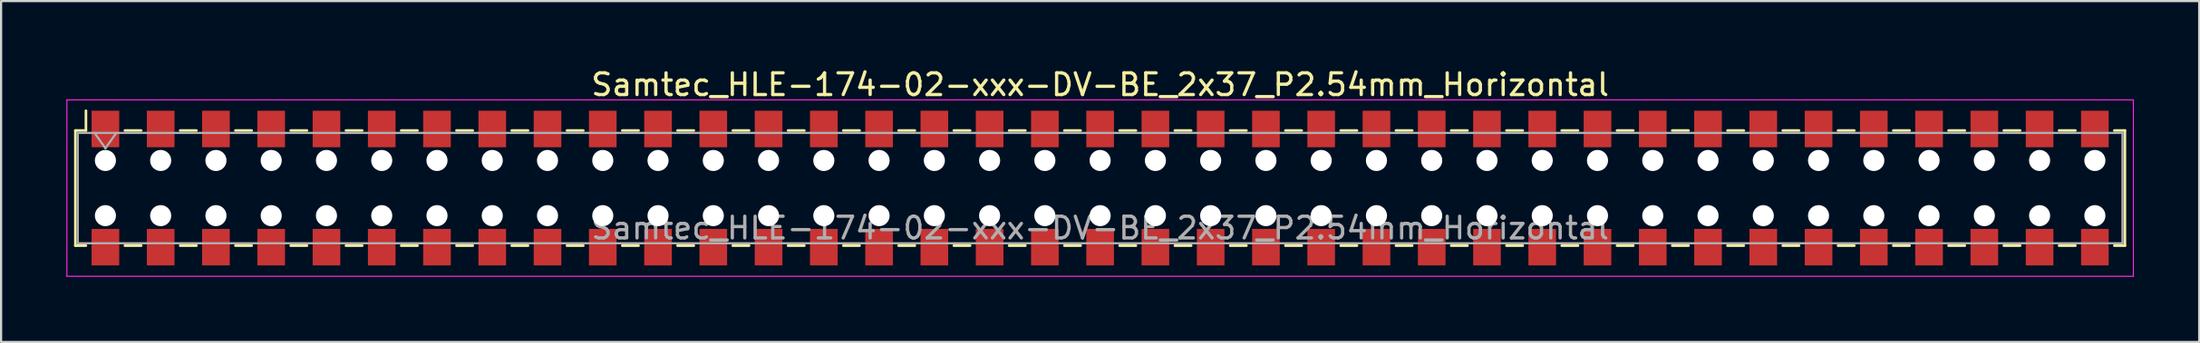
<source format=kicad_pcb>
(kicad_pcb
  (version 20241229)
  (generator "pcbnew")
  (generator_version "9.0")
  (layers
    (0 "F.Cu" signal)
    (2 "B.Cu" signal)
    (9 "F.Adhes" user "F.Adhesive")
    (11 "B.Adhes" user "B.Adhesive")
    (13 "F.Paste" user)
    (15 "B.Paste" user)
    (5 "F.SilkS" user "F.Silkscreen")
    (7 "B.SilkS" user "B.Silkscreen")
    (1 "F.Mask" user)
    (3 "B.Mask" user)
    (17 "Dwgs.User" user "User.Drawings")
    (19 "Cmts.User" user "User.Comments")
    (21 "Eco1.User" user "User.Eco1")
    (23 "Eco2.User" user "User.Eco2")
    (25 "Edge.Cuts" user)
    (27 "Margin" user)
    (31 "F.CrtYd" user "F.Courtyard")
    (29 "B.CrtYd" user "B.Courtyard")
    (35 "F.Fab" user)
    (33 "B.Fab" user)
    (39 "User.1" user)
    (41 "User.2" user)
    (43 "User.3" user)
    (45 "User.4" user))
  (footprint "Samtec_HLE-174-02-xxx-DV-BE_2x37_P2.54mm_Horizontal"
    (layer "F.Cu")
    (at 47.515 5.608)
    (property "Reference" "Samtec_HLE-174-02-xxx-DV-BE_2x37_P2.54mm_Horizontal" (at 0 -4.76 0) (layer "F.SilkS") (effects (font (size 1 1) (thickness 0.15))))
    (attr smd)
    (fp_line (start -47.1 -2.65) (end -47.1 2.65) (stroke (width 0.12) (type solid)) (layer "F.SilkS"))
    (fp_line (start -47.1 2.65) (end -46.615 2.65) (stroke (width 0.12) (type solid)) (layer "F.SilkS"))
    (fp_line (start -46.615 -3.56) (end -46.615 -2.65) (stroke (width 0.12) (type solid)) (layer "F.SilkS"))
    (fp_line (start -46.615 -2.65) (end -47.1 -2.65) (stroke (width 0.12) (type solid)) (layer "F.SilkS"))
    (fp_line (start -44.825 -2.65) (end -44.075 -2.65) (stroke (width 0.12) (type solid)) (layer "F.SilkS"))
    (fp_line (start -44.825 2.65) (end -44.075 2.65) (stroke (width 0.12) (type solid)) (layer "F.SilkS"))
    (fp_line (start -42.285 -2.65) (end -41.535 -2.65) (stroke (width 0.12) (type solid)) (layer "F.SilkS"))
    (fp_line (start -42.285 2.65) (end -41.535 2.65) (stroke (width 0.12) (type solid)) (layer "F.SilkS"))
    (fp_line (start -39.745 -2.65) (end -38.995 -2.65) (stroke (width 0.12) (type solid)) (layer "F.SilkS"))
    (fp_line (start -39.745 2.65) (end -38.995 2.65) (stroke (width 0.12) (type solid)) (layer "F.SilkS"))
    (fp_line (start -37.205 -2.65) (end -36.455 -2.65) (stroke (width 0.12) (type solid)) (layer "F.SilkS"))
    (fp_line (start -37.205 2.65) (end -36.455 2.65) (stroke (width 0.12) (type solid)) (layer "F.SilkS"))
    (fp_line (start -34.665 -2.65) (end -33.915 -2.65) (stroke (width 0.12) (type solid)) (layer "F.SilkS"))
    (fp_line (start -34.665 2.65) (end -33.915 2.65) (stroke (width 0.12) (type solid)) (layer "F.SilkS"))
    (fp_line (start -32.125 -2.65) (end -31.375 -2.65) (stroke (width 0.12) (type solid)) (layer "F.SilkS"))
    (fp_line (start -32.125 2.65) (end -31.375 2.65) (stroke (width 0.12) (type solid)) (layer "F.SilkS"))
    (fp_line (start -29.585 -2.65) (end -28.835 -2.65) (stroke (width 0.12) (type solid)) (layer "F.SilkS"))
    (fp_line (start -29.585 2.65) (end -28.835 2.65) (stroke (width 0.12) (type solid)) (layer "F.SilkS"))
    (fp_line (start -27.045 -2.65) (end -26.295 -2.65) (stroke (width 0.12) (type solid)) (layer "F.SilkS"))
    (fp_line (start -27.045 2.65) (end -26.295 2.65) (stroke (width 0.12) (type solid)) (layer "F.SilkS"))
    (fp_line (start -24.505 -2.65) (end -23.755 -2.65) (stroke (width 0.12) (type solid)) (layer "F.SilkS"))
    (fp_line (start -24.505 2.65) (end -23.755 2.65) (stroke (width 0.12) (type solid)) (layer "F.SilkS"))
    (fp_line (start -21.965 -2.65) (end -21.215 -2.65) (stroke (width 0.12) (type solid)) (layer "F.SilkS"))
    (fp_line (start -21.965 2.65) (end -21.215 2.65) (stroke (width 0.12) (type solid)) (layer "F.SilkS"))
    (fp_line (start -19.425 -2.65) (end -18.675 -2.65) (stroke (width 0.12) (type solid)) (layer "F.SilkS"))
    (fp_line (start -19.425 2.65) (end -18.675 2.65) (stroke (width 0.12) (type solid)) (layer "F.SilkS"))
    (fp_line (start -16.885 -2.65) (end -16.135 -2.65) (stroke (width 0.12) (type solid)) (layer "F.SilkS"))
    (fp_line (start -16.885 2.65) (end -16.135 2.65) (stroke (width 0.12) (type solid)) (layer "F.SilkS"))
    (fp_line (start -14.345 -2.65) (end -13.595 -2.65) (stroke (width 0.12) (type solid)) (layer "F.SilkS"))
    (fp_line (start -14.345 2.65) (end -13.595 2.65) (stroke (width 0.12) (type solid)) (layer "F.SilkS"))
    (fp_line (start -11.805 -2.65) (end -11.055 -2.65) (stroke (width 0.12) (type solid)) (layer "F.SilkS"))
    (fp_line (start -11.805 2.65) (end -11.055 2.65) (stroke (width 0.12) (type solid)) (layer "F.SilkS"))
    (fp_line (start -9.265 -2.65) (end -8.515 -2.65) (stroke (width 0.12) (type solid)) (layer "F.SilkS"))
    (fp_line (start -9.265 2.65) (end -8.515 2.65) (stroke (width 0.12) (type solid)) (layer "F.SilkS"))
    (fp_line (start -6.725 -2.65) (end -5.975 -2.65) (stroke (width 0.12) (type solid)) (layer "F.SilkS"))
    (fp_line (start -6.725 2.65) (end -5.975 2.65) (stroke (width 0.12) (type solid)) (layer "F.SilkS"))
    (fp_line (start -4.185 -2.65) (end -3.435 -2.65) (stroke (width 0.12) (type solid)) (layer "F.SilkS"))
    (fp_line (start -4.185 2.65) (end -3.435 2.65) (stroke (width 0.12) (type solid)) (layer "F.SilkS"))
    (fp_line (start -1.645 -2.65) (end -0.895 -2.65) (stroke (width 0.12) (type solid)) (layer "F.SilkS"))
    (fp_line (start -1.645 2.65) (end -0.895 2.65) (stroke (width 0.12) (type solid)) (layer "F.SilkS"))
    (fp_line (start 0.895 -2.65) (end 1.645 -2.65) (stroke (width 0.12) (type solid)) (layer "F.SilkS"))
    (fp_line (start 0.895 2.65) (end 1.645 2.65) (stroke (width 0.12) (type solid)) (layer "F.SilkS"))
    (fp_line (start 3.435 -2.65) (end 4.185 -2.65) (stroke (width 0.12) (type solid)) (layer "F.SilkS"))
    (fp_line (start 3.435 2.65) (end 4.185 2.65) (stroke (width 0.12) (type solid)) (layer "F.SilkS"))
    (fp_line (start 5.975 -2.65) (end 6.725 -2.65) (stroke (width 0.12) (type solid)) (layer "F.SilkS"))
    (fp_line (start 5.975 2.65) (end 6.725 2.65) (stroke (width 0.12) (type solid)) (layer "F.SilkS"))
    (fp_line (start 8.515 -2.65) (end 9.265 -2.65) (stroke (width 0.12) (type solid)) (layer "F.SilkS"))
    (fp_line (start 8.515 2.65) (end 9.265 2.65) (stroke (width 0.12) (type solid)) (layer "F.SilkS"))
    (fp_line (start 11.055 -2.65) (end 11.805 -2.65) (stroke (width 0.12) (type solid)) (layer "F.SilkS"))
    (fp_line (start 11.055 2.65) (end 11.805 2.65) (stroke (width 0.12) (type solid)) (layer "F.SilkS"))
    (fp_line (start 13.595 -2.65) (end 14.345 -2.65) (stroke (width 0.12) (type solid)) (layer "F.SilkS"))
    (fp_line (start 13.595 2.65) (end 14.345 2.65) (stroke (width 0.12) (type solid)) (layer "F.SilkS"))
    (fp_line (start 16.135 -2.65) (end 16.885 -2.65) (stroke (width 0.12) (type solid)) (layer "F.SilkS"))
    (fp_line (start 16.135 2.65) (end 16.885 2.65) (stroke (width 0.12) (type solid)) (layer "F.SilkS"))
    (fp_line (start 18.675 -2.65) (end 19.425 -2.65) (stroke (width 0.12) (type solid)) (layer "F.SilkS"))
    (fp_line (start 18.675 2.65) (end 19.425 2.65) (stroke (width 0.12) (type solid)) (layer "F.SilkS"))
    (fp_line (start 21.215 -2.65) (end 21.965 -2.65) (stroke (width 0.12) (type solid)) (layer "F.SilkS"))
    (fp_line (start 21.215 2.65) (end 21.965 2.65) (stroke (width 0.12) (type solid)) (layer "F.SilkS"))
    (fp_line (start 23.755 -2.65) (end 24.505 -2.65) (stroke (width 0.12) (type solid)) (layer "F.SilkS"))
    (fp_line (start 23.755 2.65) (end 24.505 2.65) (stroke (width 0.12) (type solid)) (layer "F.SilkS"))
    (fp_line (start 26.295 -2.65) (end 27.045 -2.65) (stroke (width 0.12) (type solid)) (layer "F.SilkS"))
    (fp_line (start 26.295 2.65) (end 27.045 2.65) (stroke (width 0.12) (type solid)) (layer "F.SilkS"))
    (fp_line (start 28.835 -2.65) (end 29.585 -2.65) (stroke (width 0.12) (type solid)) (layer "F.SilkS"))
    (fp_line (start 28.835 2.65) (end 29.585 2.65) (stroke (width 0.12) (type solid)) (layer "F.SilkS"))
    (fp_line (start 31.375 -2.65) (end 32.125 -2.65) (stroke (width 0.12) (type solid)) (layer "F.SilkS"))
    (fp_line (start 31.375 2.65) (end 32.125 2.65) (stroke (width 0.12) (type solid)) (layer "F.SilkS"))
    (fp_line (start 33.915 -2.65) (end 34.665 -2.65) (stroke (width 0.12) (type solid)) (layer "F.SilkS"))
    (fp_line (start 33.915 2.65) (end 34.665 2.65) (stroke (width 0.12) (type solid)) (layer "F.SilkS"))
    (fp_line (start 36.455 -2.65) (end 37.205 -2.65) (stroke (width 0.12) (type solid)) (layer "F.SilkS"))
    (fp_line (start 36.455 2.65) (end 37.205 2.65) (stroke (width 0.12) (type solid)) (layer "F.SilkS"))
    (fp_line (start 38.995 -2.65) (end 39.745 -2.65) (stroke (width 0.12) (type solid)) (layer "F.SilkS"))
    (fp_line (start 38.995 2.65) (end 39.745 2.65) (stroke (width 0.12) (type solid)) (layer "F.SilkS"))
    (fp_line (start 41.535 -2.65) (end 42.285 -2.65) (stroke (width 0.12) (type solid)) (layer "F.SilkS"))
    (fp_line (start 41.535 2.65) (end 42.285 2.65) (stroke (width 0.12) (type solid)) (layer "F.SilkS"))
    (fp_line (start 44.075 -2.65) (end 44.825 -2.65) (stroke (width 0.12) (type solid)) (layer "F.SilkS"))
    (fp_line (start 44.075 2.65) (end 44.825 2.65) (stroke (width 0.12) (type solid)) (layer "F.SilkS"))
    (fp_line (start 46.615 -2.65) (end 47.1 -2.65) (stroke (width 0.12) (type solid)) (layer "F.SilkS"))
    (fp_line (start 47.1 -2.65) (end 47.1 2.65) (stroke (width 0.12) (type solid)) (layer "F.SilkS"))
    (fp_line (start 47.1 2.65) (end 46.615 2.65) (stroke (width 0.12) (type solid)) (layer "F.SilkS"))
    (fp_line (start -47.49 -4.06) (end 47.49 -4.06) (stroke (width 0.05) (type solid)) (layer "F.CrtYd"))
    (fp_line (start -47.49 4.06) (end -47.49 -4.06) (stroke (width 0.05) (type solid)) (layer "F.CrtYd"))
    (fp_line (start 47.49 -4.06) (end 47.49 4.06) (stroke (width 0.05) (type solid)) (layer "F.CrtYd"))
    (fp_line (start 47.49 4.06) (end -47.49 4.06) (stroke (width 0.05) (type solid)) (layer "F.CrtYd"))
    (fp_line (start -46.99 -2.54) (end 46.99 -2.54) (stroke (width 0.1) (type solid)) (layer "F.Fab"))
    (fp_line (start -46.99 2.54) (end -46.99 -2.54) (stroke (width 0.1) (type solid)) (layer "F.Fab"))
    (fp_line (start -46.22 -2.54) (end -45.72 -1.833) (stroke (width 0.1) (type solid)) (layer "F.Fab"))
    (fp_line (start -45.72 -1.833) (end -45.22 -2.54) (stroke (width 0.1) (type solid)) (layer "F.Fab"))
    (fp_line (start 46.99 -2.54) (end 46.99 2.54) (stroke (width 0.1) (type solid)) (layer "F.Fab"))
    (fp_line (start 46.99 2.54) (end -46.99 2.54) (stroke (width 0.1) (type solid)) (layer "F.Fab"))
    (fp_text user "${REFERENCE}" (at 0 1.84 0) (layer "F.Fab") (effects (font (size 1 1) (thickness 0.15))))
    (pad "" np_thru_hole circle (at -45.72 -1.27) (size 0.97 0.97) (drill 0.97) (layers "*.Cu" "*.Mask"))
    (pad "" np_thru_hole circle (at -45.72 1.27) (size 0.97 0.97) (drill 0.97) (layers "*.Cu" "*.Mask"))
    (pad "" np_thru_hole circle (at -43.18 -1.27) (size 0.97 0.97) (drill 0.97) (layers "*.Cu" "*.Mask"))
    (pad "" np_thru_hole circle (at -43.18 1.27) (size 0.97 0.97) (drill 0.97) (layers "*.Cu" "*.Mask"))
    (pad "" np_thru_hole circle (at -40.64 -1.27) (size 0.97 0.97) (drill 0.97) (layers "*.Cu" "*.Mask"))
    (pad "" np_thru_hole circle (at -40.64 1.27) (size 0.97 0.97) (drill 0.97) (layers "*.Cu" "*.Mask"))
    (pad "" np_thru_hole circle (at -38.1 -1.27) (size 0.97 0.97) (drill 0.97) (layers "*.Cu" "*.Mask"))
    (pad "" np_thru_hole circle (at -38.1 1.27) (size 0.97 0.97) (drill 0.97) (layers "*.Cu" "*.Mask"))
    (pad "" np_thru_hole circle (at -35.56 -1.27) (size 0.97 0.97) (drill 0.97) (layers "*.Cu" "*.Mask"))
    (pad "" np_thru_hole circle (at -35.56 1.27) (size 0.97 0.97) (drill 0.97) (layers "*.Cu" "*.Mask"))
    (pad "" np_thru_hole circle (at -33.02 -1.27) (size 0.97 0.97) (drill 0.97) (layers "*.Cu" "*.Mask"))
    (pad "" np_thru_hole circle (at -33.02 1.27) (size 0.97 0.97) (drill 0.97) (layers "*.Cu" "*.Mask"))
    (pad "" np_thru_hole circle (at -30.48 -1.27) (size 0.97 0.97) (drill 0.97) (layers "*.Cu" "*.Mask"))
    (pad "" np_thru_hole circle (at -30.48 1.27) (size 0.97 0.97) (drill 0.97) (layers "*.Cu" "*.Mask"))
    (pad "" np_thru_hole circle (at -27.94 -1.27) (size 0.97 0.97) (drill 0.97) (layers "*.Cu" "*.Mask"))
    (pad "" np_thru_hole circle (at -27.94 1.27) (size 0.97 0.97) (drill 0.97) (layers "*.Cu" "*.Mask"))
    (pad "" np_thru_hole circle (at -25.4 -1.27) (size 0.97 0.97) (drill 0.97) (layers "*.Cu" "*.Mask"))
    (pad "" np_thru_hole circle (at -25.4 1.27) (size 0.97 0.97) (drill 0.97) (layers "*.Cu" "*.Mask"))
    (pad "" np_thru_hole circle (at -22.86 -1.27) (size 0.97 0.97) (drill 0.97) (layers "*.Cu" "*.Mask"))
    (pad "" np_thru_hole circle (at -22.86 1.27) (size 0.97 0.97) (drill 0.97) (layers "*.Cu" "*.Mask"))
    (pad "" np_thru_hole circle (at -20.32 -1.27) (size 0.97 0.97) (drill 0.97) (layers "*.Cu" "*.Mask"))
    (pad "" np_thru_hole circle (at -20.32 1.27) (size 0.97 0.97) (drill 0.97) (layers "*.Cu" "*.Mask"))
    (pad "" np_thru_hole circle (at -17.78 -1.27) (size 0.97 0.97) (drill 0.97) (layers "*.Cu" "*.Mask"))
    (pad "" np_thru_hole circle (at -17.78 1.27) (size 0.97 0.97) (drill 0.97) (layers "*.Cu" "*.Mask"))
    (pad "" np_thru_hole circle (at -15.24 -1.27) (size 0.97 0.97) (drill 0.97) (layers "*.Cu" "*.Mask"))
    (pad "" np_thru_hole circle (at -15.24 1.27) (size 0.97 0.97) (drill 0.97) (layers "*.Cu" "*.Mask"))
    (pad "" np_thru_hole circle (at -12.7 -1.27) (size 0.97 0.97) (drill 0.97) (layers "*.Cu" "*.Mask"))
    (pad "" np_thru_hole circle (at -12.7 1.27) (size 0.97 0.97) (drill 0.97) (layers "*.Cu" "*.Mask"))
    (pad "" np_thru_hole circle (at -10.16 -1.27) (size 0.97 0.97) (drill 0.97) (layers "*.Cu" "*.Mask"))
    (pad "" np_thru_hole circle (at -10.16 1.27) (size 0.97 0.97) (drill 0.97) (layers "*.Cu" "*.Mask"))
    (pad "" np_thru_hole circle (at -7.62 -1.27) (size 0.97 0.97) (drill 0.97) (layers "*.Cu" "*.Mask"))
    (pad "" np_thru_hole circle (at -7.62 1.27) (size 0.97 0.97) (drill 0.97) (layers "*.Cu" "*.Mask"))
    (pad "" np_thru_hole circle (at -5.08 -1.27) (size 0.97 0.97) (drill 0.97) (layers "*.Cu" "*.Mask"))
    (pad "" np_thru_hole circle (at -5.08 1.27) (size 0.97 0.97) (drill 0.97) (layers "*.Cu" "*.Mask"))
    (pad "" np_thru_hole circle (at -2.54 -1.27) (size 0.97 0.97) (drill 0.97) (layers "*.Cu" "*.Mask"))
    (pad "" np_thru_hole circle (at -2.54 1.27) (size 0.97 0.97) (drill 0.97) (layers "*.Cu" "*.Mask"))
    (pad "" np_thru_hole circle (at 0 -1.27) (size 0.97 0.97) (drill 0.97) (layers "*.Cu" "*.Mask"))
    (pad "" np_thru_hole circle (at 0 1.27) (size 0.97 0.97) (drill 0.97) (layers "*.Cu" "*.Mask"))
    (pad "" np_thru_hole circle (at 2.54 -1.27) (size 0.97 0.97) (drill 0.97) (layers "*.Cu" "*.Mask"))
    (pad "" np_thru_hole circle (at 2.54 1.27) (size 0.97 0.97) (drill 0.97) (layers "*.Cu" "*.Mask"))
    (pad "" np_thru_hole circle (at 5.08 -1.27) (size 0.97 0.97) (drill 0.97) (layers "*.Cu" "*.Mask"))
    (pad "" np_thru_hole circle (at 5.08 1.27) (size 0.97 0.97) (drill 0.97) (layers "*.Cu" "*.Mask"))
    (pad "" np_thru_hole circle (at 7.62 -1.27) (size 0.97 0.97) (drill 0.97) (layers "*.Cu" "*.Mask"))
    (pad "" np_thru_hole circle (at 7.62 1.27) (size 0.97 0.97) (drill 0.97) (layers "*.Cu" "*.Mask"))
    (pad "" np_thru_hole circle (at 10.16 -1.27) (size 0.97 0.97) (drill 0.97) (layers "*.Cu" "*.Mask"))
    (pad "" np_thru_hole circle (at 10.16 1.27) (size 0.97 0.97) (drill 0.97) (layers "*.Cu" "*.Mask"))
    (pad "" np_thru_hole circle (at 12.7 -1.27) (size 0.97 0.97) (drill 0.97) (layers "*.Cu" "*.Mask"))
    (pad "" np_thru_hole circle (at 12.7 1.27) (size 0.97 0.97) (drill 0.97) (layers "*.Cu" "*.Mask"))
    (pad "" np_thru_hole circle (at 15.24 -1.27) (size 0.97 0.97) (drill 0.97) (layers "*.Cu" "*.Mask"))
    (pad "" np_thru_hole circle (at 15.24 1.27) (size 0.97 0.97) (drill 0.97) (layers "*.Cu" "*.Mask"))
    (pad "" np_thru_hole circle (at 17.78 -1.27) (size 0.97 0.97) (drill 0.97) (layers "*.Cu" "*.Mask"))
    (pad "" np_thru_hole circle (at 17.78 1.27) (size 0.97 0.97) (drill 0.97) (layers "*.Cu" "*.Mask"))
    (pad "" np_thru_hole circle (at 20.32 -1.27) (size 0.97 0.97) (drill 0.97) (layers "*.Cu" "*.Mask"))
    (pad "" np_thru_hole circle (at 20.32 1.27) (size 0.97 0.97) (drill 0.97) (layers "*.Cu" "*.Mask"))
    (pad "" np_thru_hole circle (at 22.86 -1.27) (size 0.97 0.97) (drill 0.97) (layers "*.Cu" "*.Mask"))
    (pad "" np_thru_hole circle (at 22.86 1.27) (size 0.97 0.97) (drill 0.97) (layers "*.Cu" "*.Mask"))
    (pad "" np_thru_hole circle (at 25.4 -1.27) (size 0.97 0.97) (drill 0.97) (layers "*.Cu" "*.Mask"))
    (pad "" np_thru_hole circle (at 25.4 1.27) (size 0.97 0.97) (drill 0.97) (layers "*.Cu" "*.Mask"))
    (pad "" np_thru_hole circle (at 27.94 -1.27) (size 0.97 0.97) (drill 0.97) (layers "*.Cu" "*.Mask"))
    (pad "" np_thru_hole circle (at 27.94 1.27) (size 0.97 0.97) (drill 0.97) (layers "*.Cu" "*.Mask"))
    (pad "" np_thru_hole circle (at 30.48 -1.27) (size 0.97 0.97) (drill 0.97) (layers "*.Cu" "*.Mask"))
    (pad "" np_thru_hole circle (at 30.48 1.27) (size 0.97 0.97) (drill 0.97) (layers "*.Cu" "*.Mask"))
    (pad "" np_thru_hole circle (at 33.02 -1.27) (size 0.97 0.97) (drill 0.97) (layers "*.Cu" "*.Mask"))
    (pad "" np_thru_hole circle (at 33.02 1.27) (size 0.97 0.97) (drill 0.97) (layers "*.Cu" "*.Mask"))
    (pad "" np_thru_hole circle (at 35.56 -1.27) (size 0.97 0.97) (drill 0.97) (layers "*.Cu" "*.Mask"))
    (pad "" np_thru_hole circle (at 35.56 1.27) (size 0.97 0.97) (drill 0.97) (layers "*.Cu" "*.Mask"))
    (pad "" np_thru_hole circle (at 38.1 -1.27) (size 0.97 0.97) (drill 0.97) (layers "*.Cu" "*.Mask"))
    (pad "" np_thru_hole circle (at 38.1 1.27) (size 0.97 0.97) (drill 0.97) (layers "*.Cu" "*.Mask"))
    (pad "" np_thru_hole circle (at 40.64 -1.27) (size 0.97 0.97) (drill 0.97) (layers "*.Cu" "*.Mask"))
    (pad "" np_thru_hole circle (at 40.64 1.27) (size 0.97 0.97) (drill 0.97) (layers "*.Cu" "*.Mask"))
    (pad "" np_thru_hole circle (at 43.18 -1.27) (size 0.97 0.97) (drill 0.97) (layers "*.Cu" "*.Mask"))
    (pad "" np_thru_hole circle (at 43.18 1.27) (size 0.97 0.97) (drill 0.97) (layers "*.Cu" "*.Mask"))
    (pad "" np_thru_hole circle (at 45.72 -1.27) (size 0.97 0.97) (drill 0.97) (layers "*.Cu" "*.Mask"))
    (pad "" np_thru_hole circle (at 45.72 1.27) (size 0.97 0.97) (drill 0.97) (layers "*.Cu" "*.Mask"))
    (pad "1" smd rect (at -45.72 -2.72) (size 1.27 1.68) (layers "F.Cu" "F.Mask" "F.Paste"))
    (pad "2" smd rect (at -45.72 2.72) (size 1.27 1.68) (layers "F.Cu" "F.Mask" "F.Paste"))
    (pad "3" smd rect (at -43.18 -2.72) (size 1.27 1.68) (layers "F.Cu" "F.Mask" "F.Paste"))
    (pad "4" smd rect (at -43.18 2.72) (size 1.27 1.68) (layers "F.Cu" "F.Mask" "F.Paste"))
    (pad "5" smd rect (at -40.64 -2.72) (size 1.27 1.68) (layers "F.Cu" "F.Mask" "F.Paste"))
    (pad "6" smd rect (at -40.64 2.72) (size 1.27 1.68) (layers "F.Cu" "F.Mask" "F.Paste"))
    (pad "7" smd rect (at -38.1 -2.72) (size 1.27 1.68) (layers "F.Cu" "F.Mask" "F.Paste"))
    (pad "8" smd rect (at -38.1 2.72) (size 1.27 1.68) (layers "F.Cu" "F.Mask" "F.Paste"))
    (pad "9" smd rect (at -35.56 -2.72) (size 1.27 1.68) (layers "F.Cu" "F.Mask" "F.Paste"))
    (pad "10" smd rect (at -35.56 2.72) (size 1.27 1.68) (layers "F.Cu" "F.Mask" "F.Paste"))
    (pad "11" smd rect (at -33.02 -2.72) (size 1.27 1.68) (layers "F.Cu" "F.Mask" "F.Paste"))
    (pad "12" smd rect (at -33.02 2.72) (size 1.27 1.68) (layers "F.Cu" "F.Mask" "F.Paste"))
    (pad "13" smd rect (at -30.48 -2.72) (size 1.27 1.68) (layers "F.Cu" "F.Mask" "F.Paste"))
    (pad "14" smd rect (at -30.48 2.72) (size 1.27 1.68) (layers "F.Cu" "F.Mask" "F.Paste"))
    (pad "15" smd rect (at -27.94 -2.72) (size 1.27 1.68) (layers "F.Cu" "F.Mask" "F.Paste"))
    (pad "16" smd rect (at -27.94 2.72) (size 1.27 1.68) (layers "F.Cu" "F.Mask" "F.Paste"))
    (pad "17" smd rect (at -25.4 -2.72) (size 1.27 1.68) (layers "F.Cu" "F.Mask" "F.Paste"))
    (pad "18" smd rect (at -25.4 2.72) (size 1.27 1.68) (layers "F.Cu" "F.Mask" "F.Paste"))
    (pad "19" smd rect (at -22.86 -2.72) (size 1.27 1.68) (layers "F.Cu" "F.Mask" "F.Paste"))
    (pad "20" smd rect (at -22.86 2.72) (size 1.27 1.68) (layers "F.Cu" "F.Mask" "F.Paste"))
    (pad "21" smd rect (at -20.32 -2.72) (size 1.27 1.68) (layers "F.Cu" "F.Mask" "F.Paste"))
    (pad "22" smd rect (at -20.32 2.72) (size 1.27 1.68) (layers "F.Cu" "F.Mask" "F.Paste"))
    (pad "23" smd rect (at -17.78 -2.72) (size 1.27 1.68) (layers "F.Cu" "F.Mask" "F.Paste"))
    (pad "24" smd rect (at -17.78 2.72) (size 1.27 1.68) (layers "F.Cu" "F.Mask" "F.Paste"))
    (pad "25" smd rect (at -15.24 -2.72) (size 1.27 1.68) (layers "F.Cu" "F.Mask" "F.Paste"))
    (pad "26" smd rect (at -15.24 2.72) (size 1.27 1.68) (layers "F.Cu" "F.Mask" "F.Paste"))
    (pad "27" smd rect (at -12.7 -2.72) (size 1.27 1.68) (layers "F.Cu" "F.Mask" "F.Paste"))
    (pad "28" smd rect (at -12.7 2.72) (size 1.27 1.68) (layers "F.Cu" "F.Mask" "F.Paste"))
    (pad "29" smd rect (at -10.16 -2.72) (size 1.27 1.68) (layers "F.Cu" "F.Mask" "F.Paste"))
    (pad "30" smd rect (at -10.16 2.72) (size 1.27 1.68) (layers "F.Cu" "F.Mask" "F.Paste"))
    (pad "31" smd rect (at -7.62 -2.72) (size 1.27 1.68) (layers "F.Cu" "F.Mask" "F.Paste"))
    (pad "32" smd rect (at -7.62 2.72) (size 1.27 1.68) (layers "F.Cu" "F.Mask" "F.Paste"))
    (pad "33" smd rect (at -5.08 -2.72) (size 1.27 1.68) (layers "F.Cu" "F.Mask" "F.Paste"))
    (pad "34" smd rect (at -5.08 2.72) (size 1.27 1.68) (layers "F.Cu" "F.Mask" "F.Paste"))
    (pad "35" smd rect (at -2.54 -2.72) (size 1.27 1.68) (layers "F.Cu" "F.Mask" "F.Paste"))
    (pad "36" smd rect (at -2.54 2.72) (size 1.27 1.68) (layers "F.Cu" "F.Mask" "F.Paste"))
    (pad "37" smd rect (at 0 -2.72) (size 1.27 1.68) (layers "F.Cu" "F.Mask" "F.Paste"))
    (pad "38" smd rect (at 0 2.72) (size 1.27 1.68) (layers "F.Cu" "F.Mask" "F.Paste"))
    (pad "39" smd rect (at 2.54 -2.72) (size 1.27 1.68) (layers "F.Cu" "F.Mask" "F.Paste"))
    (pad "40" smd rect (at 2.54 2.72) (size 1.27 1.68) (layers "F.Cu" "F.Mask" "F.Paste"))
    (pad "41" smd rect (at 5.08 -2.72) (size 1.27 1.68) (layers "F.Cu" "F.Mask" "F.Paste"))
    (pad "42" smd rect (at 5.08 2.72) (size 1.27 1.68) (layers "F.Cu" "F.Mask" "F.Paste"))
    (pad "43" smd rect (at 7.62 -2.72) (size 1.27 1.68) (layers "F.Cu" "F.Mask" "F.Paste"))
    (pad "44" smd rect (at 7.62 2.72) (size 1.27 1.68) (layers "F.Cu" "F.Mask" "F.Paste"))
    (pad "45" smd rect (at 10.16 -2.72) (size 1.27 1.68) (layers "F.Cu" "F.Mask" "F.Paste"))
    (pad "46" smd rect (at 10.16 2.72) (size 1.27 1.68) (layers "F.Cu" "F.Mask" "F.Paste"))
    (pad "47" smd rect (at 12.7 -2.72) (size 1.27 1.68) (layers "F.Cu" "F.Mask" "F.Paste"))
    (pad "48" smd rect (at 12.7 2.72) (size 1.27 1.68) (layers "F.Cu" "F.Mask" "F.Paste"))
    (pad "49" smd rect (at 15.24 -2.72) (size 1.27 1.68) (layers "F.Cu" "F.Mask" "F.Paste"))
    (pad "50" smd rect (at 15.24 2.72) (size 1.27 1.68) (layers "F.Cu" "F.Mask" "F.Paste"))
    (pad "51" smd rect (at 17.78 -2.72) (size 1.27 1.68) (layers "F.Cu" "F.Mask" "F.Paste"))
    (pad "52" smd rect (at 17.78 2.72) (size 1.27 1.68) (layers "F.Cu" "F.Mask" "F.Paste"))
    (pad "53" smd rect (at 20.32 -2.72) (size 1.27 1.68) (layers "F.Cu" "F.Mask" "F.Paste"))
    (pad "54" smd rect (at 20.32 2.72) (size 1.27 1.68) (layers "F.Cu" "F.Mask" "F.Paste"))
    (pad "55" smd rect (at 22.86 -2.72) (size 1.27 1.68) (layers "F.Cu" "F.Mask" "F.Paste"))
    (pad "56" smd rect (at 22.86 2.72) (size 1.27 1.68) (layers "F.Cu" "F.Mask" "F.Paste"))
    (pad "57" smd rect (at 25.4 -2.72) (size 1.27 1.68) (layers "F.Cu" "F.Mask" "F.Paste"))
    (pad "58" smd rect (at 25.4 2.72) (size 1.27 1.68) (layers "F.Cu" "F.Mask" "F.Paste"))
    (pad "59" smd rect (at 27.94 -2.72) (size 1.27 1.68) (layers "F.Cu" "F.Mask" "F.Paste"))
    (pad "60" smd rect (at 27.94 2.72) (size 1.27 1.68) (layers "F.Cu" "F.Mask" "F.Paste"))
    (pad "61" smd rect (at 30.48 -2.72) (size 1.27 1.68) (layers "F.Cu" "F.Mask" "F.Paste"))
    (pad "62" smd rect (at 30.48 2.72) (size 1.27 1.68) (layers "F.Cu" "F.Mask" "F.Paste"))
    (pad "63" smd rect (at 33.02 -2.72) (size 1.27 1.68) (layers "F.Cu" "F.Mask" "F.Paste"))
    (pad "64" smd rect (at 33.02 2.72) (size 1.27 1.68) (layers "F.Cu" "F.Mask" "F.Paste"))
    (pad "65" smd rect (at 35.56 -2.72) (size 1.27 1.68) (layers "F.Cu" "F.Mask" "F.Paste"))
    (pad "66" smd rect (at 35.56 2.72) (size 1.27 1.68) (layers "F.Cu" "F.Mask" "F.Paste"))
    (pad "67" smd rect (at 38.1 -2.72) (size 1.27 1.68) (layers "F.Cu" "F.Mask" "F.Paste"))
    (pad "68" smd rect (at 38.1 2.72) (size 1.27 1.68) (layers "F.Cu" "F.Mask" "F.Paste"))
    (pad "69" smd rect (at 40.64 -2.72) (size 1.27 1.68) (layers "F.Cu" "F.Mask" "F.Paste"))
    (pad "70" smd rect (at 40.64 2.72) (size 1.27 1.68) (layers "F.Cu" "F.Mask" "F.Paste"))
    (pad "71" smd rect (at 43.18 -2.72) (size 1.27 1.68) (layers "F.Cu" "F.Mask" "F.Paste"))
    (pad "72" smd rect (at 43.18 2.72) (size 1.27 1.68) (layers "F.Cu" "F.Mask" "F.Paste"))
    (pad "73" smd rect (at 45.72 -2.72) (size 1.27 1.68) (layers "F.Cu" "F.Mask" "F.Paste"))
    (pad "74" smd rect (at 45.72 2.72) (size 1.27 1.68) (layers "F.Cu" "F.Mask" "F.Paste")))
  (gr_rect
    (start -3 -3)
    (end 98.03 12.693)
    (stroke (width 0.1) (type default))
    (fill no)
    (layer "Edge.Cuts")))
</source>
